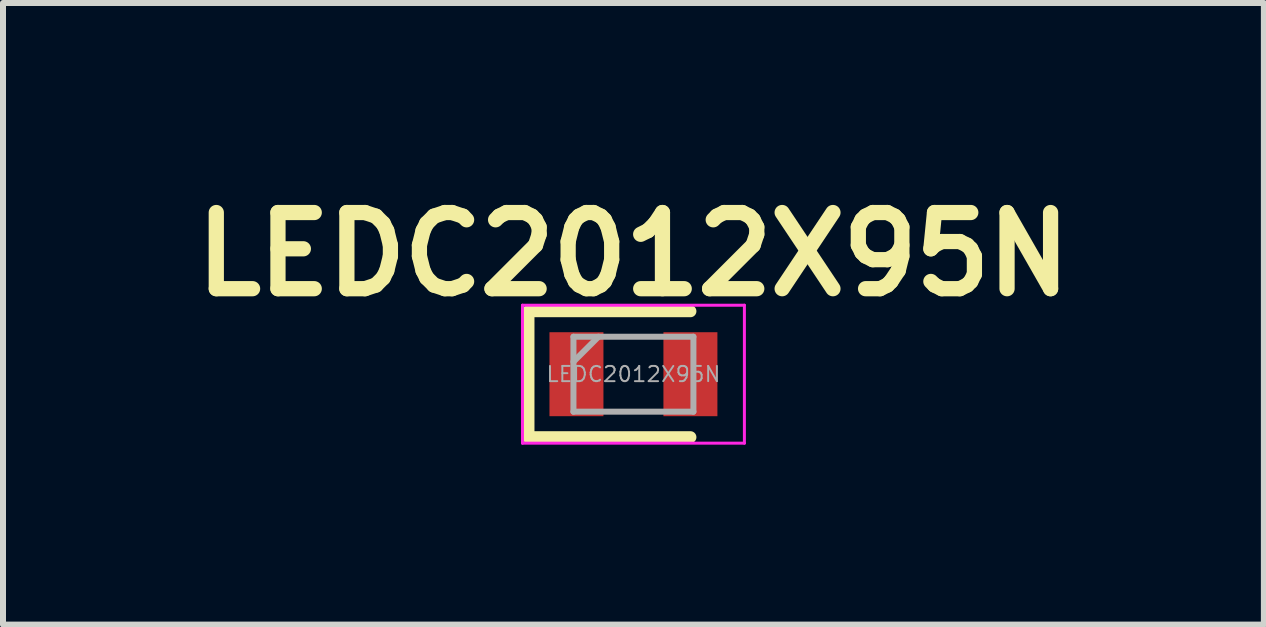
<source format=kicad_pcb>
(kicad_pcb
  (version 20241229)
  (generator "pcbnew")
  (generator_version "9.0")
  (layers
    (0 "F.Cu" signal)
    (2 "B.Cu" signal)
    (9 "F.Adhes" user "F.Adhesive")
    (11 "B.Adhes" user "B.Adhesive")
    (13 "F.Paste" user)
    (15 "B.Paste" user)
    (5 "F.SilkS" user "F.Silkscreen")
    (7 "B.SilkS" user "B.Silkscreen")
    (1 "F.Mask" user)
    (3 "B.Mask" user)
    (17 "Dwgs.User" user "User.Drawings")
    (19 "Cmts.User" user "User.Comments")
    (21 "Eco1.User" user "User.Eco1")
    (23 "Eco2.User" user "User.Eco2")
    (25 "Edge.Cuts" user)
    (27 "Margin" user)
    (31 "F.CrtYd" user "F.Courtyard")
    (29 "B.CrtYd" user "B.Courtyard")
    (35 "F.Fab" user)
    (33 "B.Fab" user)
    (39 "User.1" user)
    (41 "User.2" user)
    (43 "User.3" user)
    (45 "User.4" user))
  (footprint "LEDC2012X95N"
    (layer "F.Cu")
    (at 7.511 3.189)
    (property "Reference" "LEDC2012X95N" (at 0 -2 0) (layer "F.SilkS") (effects (font (size 1.27 1.27) (thickness 0.254))))
    (attr smd)
    (fp_line (start -1.75 -1.05) (end -1.75 1.05) (stroke (width 0.2) (type solid)) (layer "F.SilkS"))
    (fp_line (start -1.75 1.05) (end 0.95 1.05) (stroke (width 0.2) (type solid)) (layer "F.SilkS"))
    (fp_line (start 0.95 -1.05) (end -1.75 -1.05) (stroke (width 0.2) (type solid)) (layer "F.SilkS"))
    (fp_line (start -1.85 -1.15) (end 1.85 -1.15) (stroke (width 0.05) (type solid)) (layer "F.CrtYd"))
    (fp_line (start -1.85 1.15) (end -1.85 -1.15) (stroke (width 0.05) (type solid)) (layer "F.CrtYd"))
    (fp_line (start 1.85 -1.15) (end 1.85 1.15) (stroke (width 0.05) (type solid)) (layer "F.CrtYd"))
    (fp_line (start 1.85 1.15) (end -1.85 1.15) (stroke (width 0.05) (type solid)) (layer "F.CrtYd"))
    (fp_line (start -1 -0.625) (end 1 -0.625) (stroke (width 0.1) (type solid)) (layer "F.Fab"))
    (fp_line (start -1 -0.208) (end -0.583 -0.625) (stroke (width 0.1) (type solid)) (layer "F.Fab"))
    (fp_line (start -1 0.625) (end -1 -0.625) (stroke (width 0.1) (type solid)) (layer "F.Fab"))
    (fp_line (start 1 -0.625) (end 1 0.625) (stroke (width 0.1) (type solid)) (layer "F.Fab"))
    (fp_line (start 1 0.625) (end -1 0.625) (stroke (width 0.1) (type solid)) (layer "F.Fab"))
    (fp_text user "${REFERENCE}" (at 0 0 0) (layer "F.Fab") (effects (font (size 0.254 0.254) (thickness 0.032))))
    (pad "1" smd rect (at -0.95 0) (size 0.9 1.4) (layers "F.Cu" "F.Mask" "F.Paste"))
    (pad "2" smd rect (at 0.95 0) (size 0.9 1.4) (layers "F.Cu" "F.Mask" "F.Paste")))
  (gr_rect
    (start -3 -3)
    (end 18.022 7.364)
    (stroke (width 0.1) (type default))
    (fill no)
    (layer "Edge.Cuts")))
</source>
